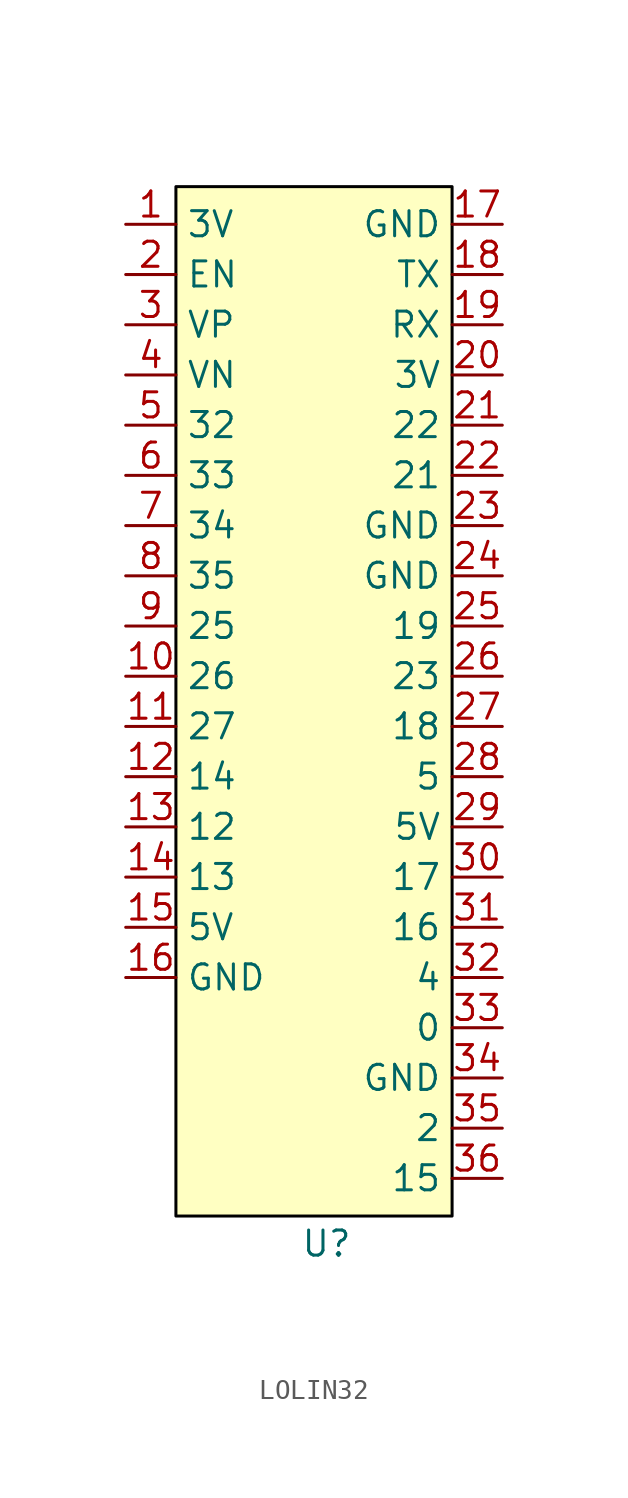
<source format=kicad_sym>
(kicad_symbol_lib
  (version 20231120)
  (generator "kicad_symbol_editor")
  (generator_version "8.0")
  (symbol "LOLIN32"
    (property "Reference" "U"
      (at 0 -27.432 0)
      (effects (font (size 1.27 1.27))))
    (property "Value" ""
      (at 0 1.27 0)
      (effects (font (size 1.27 1.27))))
    (symbol "LOLIN32_1_1"
      (rectangle (start -7.62 26.035) (end 6.35 -26.035) (stroke (width 0) (type default) (color 0 0 0 1)) (fill (type background)))
      (pin input line (at -10.16 24.13 0) (length 2.54) (name "3V" (effects (font (size 1.27 1.27)))) (number "1" (effects (font (size 1.27 1.27)))))
      (pin input line (at -10.16 1.27 0) (length 2.54) (name "26" (effects (font (size 1.27 1.27)))) (number "10" (effects (font (size 1.27 1.27)))))
      (pin input line (at -10.16 -1.27 0) (length 2.54) (name "27" (effects (font (size 1.27 1.27)))) (number "11" (effects (font (size 1.27 1.27)))))
      (pin input line (at -10.16 -3.81 0) (length 2.54) (name "14" (effects (font (size 1.27 1.27)))) (number "12" (effects (font (size 1.27 1.27)))))
      (pin input line (at -10.16 -6.35 0) (length 2.54) (name "12" (effects (font (size 1.27 1.27)))) (number "13" (effects (font (size 1.27 1.27)))))
      (pin input line (at -10.16 -8.89 0) (length 2.54) (name "13" (effects (font (size 1.27 1.27)))) (number "14" (effects (font (size 1.27 1.27)))))
      (pin input line (at -10.16 -11.43 0) (length 2.54) (name "5V" (effects (font (size 1.27 1.27)))) (number "15" (effects (font (size 1.27 1.27)))))
      (pin input line (at -10.16 -13.97 0) (length 2.54) (name "GND" (effects (font (size 1.27 1.27)))) (number "16" (effects (font (size 1.27 1.27)))))
      (pin input line (at 8.89 24.13 180) (length 2.54) (name "GND" (effects (font (size 1.27 1.27)))) (number "17" (effects (font (size 1.27 1.27)))))
      (pin input line (at 8.89 21.59 180) (length 2.54) (name "TX" (effects (font (size 1.27 1.27)))) (number "18" (effects (font (size 1.27 1.27)))))
      (pin input line (at 8.89 19.05 180) (length 2.54) (name "RX" (effects (font (size 1.27 1.27)))) (number "19" (effects (font (size 1.27 1.27)))))
      (pin input line (at -10.16 21.59 0) (length 2.54) (name "EN" (effects (font (size 1.27 1.27)))) (number "2" (effects (font (size 1.27 1.27)))))
      (pin input line (at 8.89 16.51 180) (length 2.54) (name "3V" (effects (font (size 1.27 1.27)))) (number "20" (effects (font (size 1.27 1.27)))))
      (pin input line (at 8.89 13.97 180) (length 2.54) (name "22" (effects (font (size 1.27 1.27)))) (number "21" (effects (font (size 1.27 1.27)))))
      (pin input line (at 8.89 11.43 180) (length 2.54) (name "21" (effects (font (size 1.27 1.27)))) (number "22" (effects (font (size 1.27 1.27)))))
      (pin input line (at 8.89 8.89 180) (length 2.54) (name "GND" (effects (font (size 1.27 1.27)))) (number "23" (effects (font (size 1.27 1.27)))))
      (pin input line (at 8.89 6.35 180) (length 2.54) (name "GND" (effects (font (size 1.27 1.27)))) (number "24" (effects (font (size 1.27 1.27)))))
      (pin input line (at 8.89 3.81 180) (length 2.54) (name "19" (effects (font (size 1.27 1.27)))) (number "25" (effects (font (size 1.27 1.27)))))
      (pin input line (at 8.89 1.27 180) (length 2.54) (name "23" (effects (font (size 1.27 1.27)))) (number "26" (effects (font (size 1.27 1.27)))))
      (pin input line (at 8.89 -1.27 180) (length 2.54) (name "18" (effects (font (size 1.27 1.27)))) (number "27" (effects (font (size 1.27 1.27)))))
      (pin input line (at 8.89 -3.81 180) (length 2.54) (name "5" (effects (font (size 1.27 1.27)))) (number "28" (effects (font (size 1.27 1.27)))))
      (pin input line (at 8.89 -6.35 180) (length 2.54) (name "5V" (effects (font (size 1.27 1.27)))) (number "29" (effects (font (size 1.27 1.27)))))
      (pin input line (at -10.16 19.05 0) (length 2.54) (name "VP" (effects (font (size 1.27 1.27)))) (number "3" (effects (font (size 1.27 1.27)))))
      (pin input line (at 8.89 -8.89 180) (length 2.54) (name "17" (effects (font (size 1.27 1.27)))) (number "30" (effects (font (size 1.27 1.27)))))
      (pin input line (at 8.89 -11.43 180) (length 2.54) (name "16" (effects (font (size 1.27 1.27)))) (number "31" (effects (font (size 1.27 1.27)))))
      (pin input line (at 8.89 -13.97 180) (length 2.54) (name "4" (effects (font (size 1.27 1.27)))) (number "32" (effects (font (size 1.27 1.27)))))
      (pin input line (at 8.89 -16.51 180) (length 2.54) (name "0" (effects (font (size 1.27 1.27)))) (number "33" (effects (font (size 1.27 1.27)))))
      (pin input line (at 8.89 -19.05 180) (length 2.54) (name "GND" (effects (font (size 1.27 1.27)))) (number "34" (effects (font (size 1.27 1.27)))))
      (pin input line (at 8.89 -21.59 180) (length 2.54) (name "2" (effects (font (size 1.27 1.27)))) (number "35" (effects (font (size 1.27 1.27)))))
      (pin input line (at 8.89 -24.13 180) (length 2.54) (name "15" (effects (font (size 1.27 1.27)))) (number "36" (effects (font (size 1.27 1.27)))))
      (pin input line (at -10.16 16.51 0) (length 2.54) (name "VN" (effects (font (size 1.27 1.27)))) (number "4" (effects (font (size 1.27 1.27)))))
      (pin input line (at -10.16 13.97 0) (length 2.54) (name "32" (effects (font (size 1.27 1.27)))) (number "5" (effects (font (size 1.27 1.27)))))
      (pin input line (at -10.16 11.43 0) (length 2.54) (name "33" (effects (font (size 1.27 1.27)))) (number "6" (effects (font (size 1.27 1.27)))))
      (pin input line (at -10.16 8.89 0) (length 2.54) (name "34" (effects (font (size 1.27 1.27)))) (number "7" (effects (font (size 1.27 1.27)))))
      (pin input line (at -10.16 6.35 0) (length 2.54) (name "35" (effects (font (size 1.27 1.27)))) (number "8" (effects (font (size 1.27 1.27)))))
      (pin input line (at -10.16 3.81 0) (length 2.54) (name "25" (effects (font (size 1.27 1.27)))) (number "9" (effects (font (size 1.27 1.27))))))))
</source>
